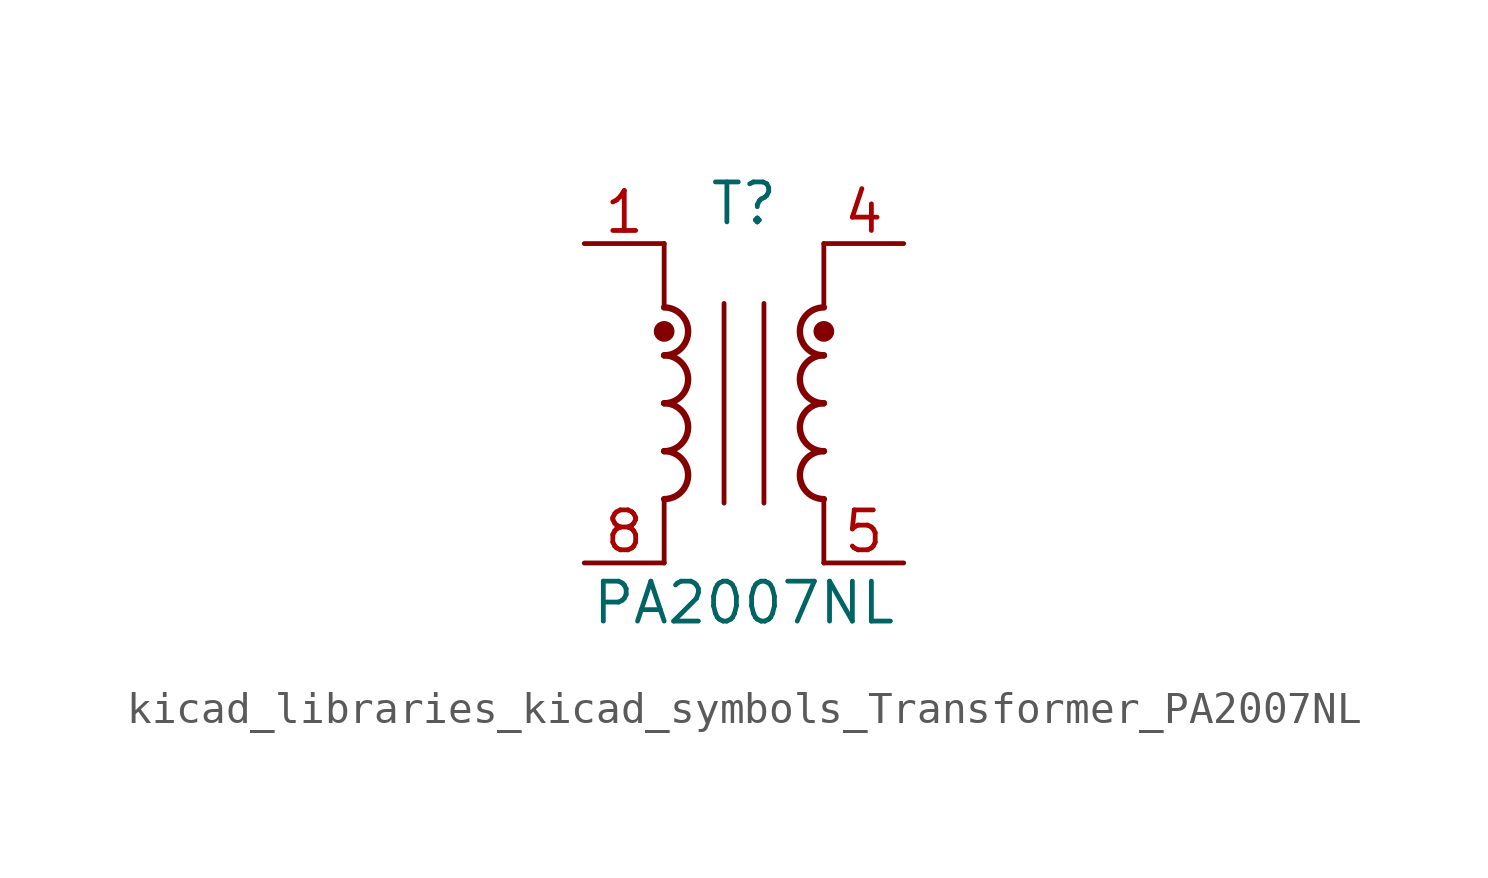
<source format=kicad_sym>
(kicad_symbol_lib
  (version 20220914)
  (generator kicad_symbol_editor)
  (symbol "kicad_libraries_kicad_symbols_Transformer_PA2007NL"
    (pin_names hide)
    (property "Reference" "T"
      (at 0 6.35 0)
      (effects (font (size 1.27 1.27))))
    (property "Value" "PA2007NL"
      (at 0 -6.35 0)
      (effects (font (size 1.27 1.27))))
    (symbol "kicad_libraries_kicad_symbols_Transformer_PA2007NL_0_1"
      (arc (start -2.54 -3.048) (mid -1.7813 -2.286) (end -2.54 -1.524) (stroke (width 0.2032) (type default)) (fill (type none)))
      (arc (start -2.54 -1.524) (mid -1.7813 -0.762) (end -2.54 0) (stroke (width 0.2032) (type default)) (fill (type none)))
      (arc (start -2.54 0) (mid -1.7813 0.762) (end -2.54 1.524) (stroke (width 0.2032) (type default)) (fill (type none)))
      (circle (center -2.54 2.286) (radius 0.254) (stroke (width 0) (type default)) (fill (type outline)))
      (polyline (pts (xy -2.54 -3.048) (xy -2.54 -5.08)) (stroke (width 0) (type default)) (fill (type none)))
      (polyline (pts (xy -2.54 5.08) (xy -2.54 3.048)) (stroke (width 0) (type default)) (fill (type none)))
      (polyline (pts (xy -0.635 3.175) (xy -0.635 -3.175)) (stroke (width 0) (type default)) (fill (type none)))
      (polyline (pts (xy 0.635 3.175) (xy 0.635 -3.175)) (stroke (width 0) (type default)) (fill (type none)))
      (polyline (pts (xy 2.54 -3.048) (xy 2.54 -5.08)) (stroke (width 0) (type default)) (fill (type none)))
      (polyline (pts (xy 2.54 5.08) (xy 2.54 3.048)) (stroke (width 0) (type default)) (fill (type none)))
      (arc (start 2.54 -1.524) (mid 1.7813 -2.286) (end 2.54 -3.048) (stroke (width 0.2032) (type default)) (fill (type none)))
      (arc (start 2.54 0) (mid 1.7813 -0.762) (end 2.54 -1.524) (stroke (width 0.2032) (type default)) (fill (type none)))
      (arc (start 2.54 1.524) (mid 1.7813 0.762) (end 2.54 0) (stroke (width 0.2032) (type default)) (fill (type none)))
      (circle (center 2.54 2.286) (radius 0.254) (stroke (width 0) (type default)) (fill (type outline)))
      (arc (start 2.54 3.048) (mid 1.7813 2.286) (end 2.54 1.524) (stroke (width 0.2032) (type default)) (fill (type none))))
    (symbol "kicad_libraries_kicad_symbols_Transformer_PA2007NL_1_1"
      (arc (start -2.54 1.524) (mid -1.7813 2.286) (end -2.54 3.048) (stroke (width 0.2032) (type default)) (fill (type none)))
      (pin passive line (at -5.08 5.08 0) (length 2.54) (name "~" (effects (font (size 1.27 1.27)))) (number "1" (effects (font (size 1.27 1.27)))))
      (pin passive line (at 5.08 5.08 180) (length 2.54) (name "~" (effects (font (size 1.27 1.27)))) (number "4" (effects (font (size 1.27 1.27)))))
      (pin passive line (at 5.08 -5.08 180) (length 2.54) (name "~" (effects (font (size 1.27 1.27)))) (number "5" (effects (font (size 1.27 1.27)))))
      (pin passive line (at -5.08 -5.08 0) (length 2.54) (name "~" (effects (font (size 1.27 1.27)))) (number "8" (effects (font (size 1.27 1.27))))))))
</source>
